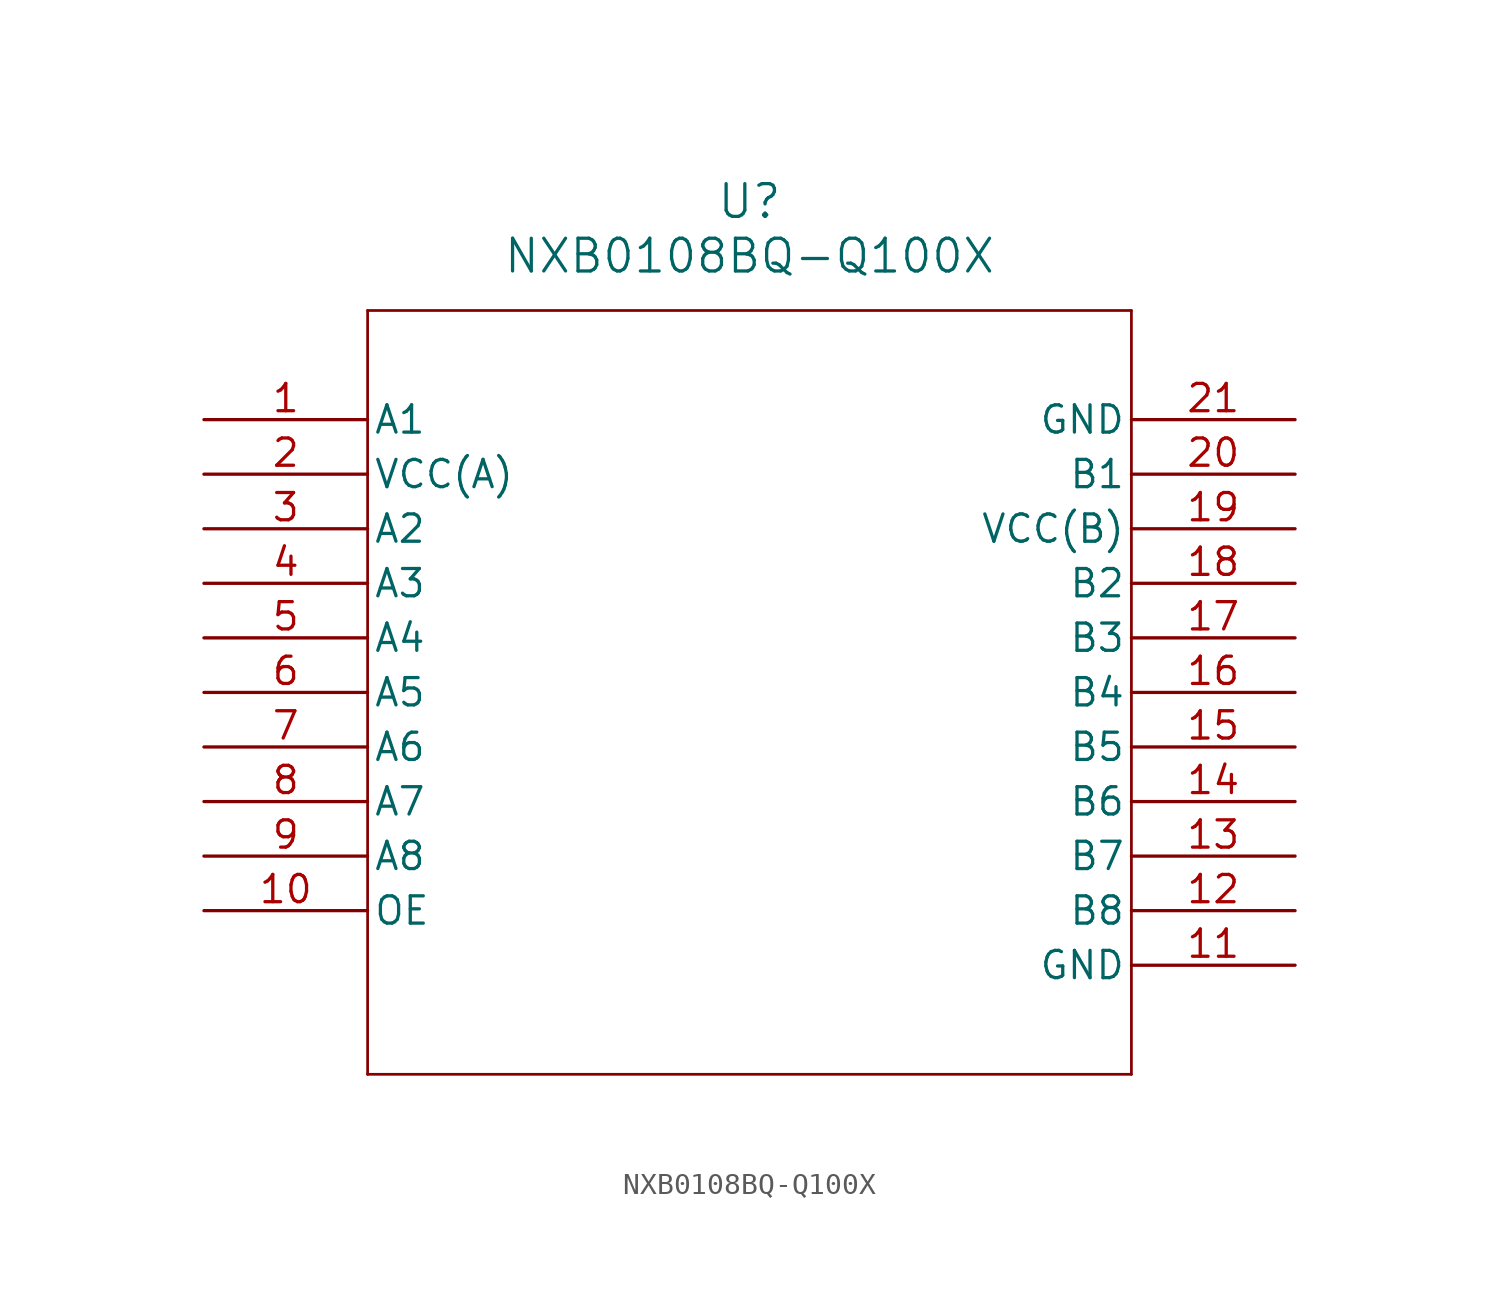
<source format=kicad_sym>
(kicad_symbol_lib
  (version 20220914)
  (generator kicad_symbol_editor)
  (symbol "NXB0108BQ-Q100X"
    (pin_names
      (offset 0.254))
    (property "Reference" "U"
      (at 25.4 10.16 0)
      (effects (font (size 1.524 1.524))))
    (property "Value" "NXB0108BQ-Q100X"
      (at 25.4 7.62 0)
      (effects (font (size 1.524 1.524))))
    (symbol "NXB0108BQ-Q100X_0_1"
      (polyline (pts (xy 7.62 -30.48) (xy 43.18 -30.48)) (stroke (width 0.127) (type default)) (fill (type none)))
      (polyline (pts (xy 7.62 5.08) (xy 7.62 -30.48)) (stroke (width 0.127) (type default)) (fill (type none)))
      (polyline (pts (xy 43.18 -30.48) (xy 43.18 5.08)) (stroke (width 0.127) (type default)) (fill (type none)))
      (polyline (pts (xy 43.18 5.08) (xy 7.62 5.08)) (stroke (width 0.127) (type default)) (fill (type none)))
      (pin bidirectional line (at 0 0 0) (length 7.62) (name "A1" (effects (font (size 1.27 1.27)))) (number "1" (effects (font (size 1.27 1.27)))))
      (pin input line (at 0 -22.86 0) (length 7.62) (name "OE" (effects (font (size 1.27 1.27)))) (number "10" (effects (font (size 1.27 1.27)))))
      (pin power_out line (at 50.8 -25.4 180) (length 7.62) (name "GND" (effects (font (size 1.27 1.27)))) (number "11" (effects (font (size 1.27 1.27)))))
      (pin bidirectional line (at 50.8 -22.86 180) (length 7.62) (name "B8" (effects (font (size 1.27 1.27)))) (number "12" (effects (font (size 1.27 1.27)))))
      (pin bidirectional line (at 50.8 -20.32 180) (length 7.62) (name "B7" (effects (font (size 1.27 1.27)))) (number "13" (effects (font (size 1.27 1.27)))))
      (pin bidirectional line (at 50.8 -17.78 180) (length 7.62) (name "B6" (effects (font (size 1.27 1.27)))) (number "14" (effects (font (size 1.27 1.27)))))
      (pin bidirectional line (at 50.8 -15.24 180) (length 7.62) (name "B5" (effects (font (size 1.27 1.27)))) (number "15" (effects (font (size 1.27 1.27)))))
      (pin bidirectional line (at 50.8 -12.7 180) (length 7.62) (name "B4" (effects (font (size 1.27 1.27)))) (number "16" (effects (font (size 1.27 1.27)))))
      (pin bidirectional line (at 50.8 -10.16 180) (length 7.62) (name "B3" (effects (font (size 1.27 1.27)))) (number "17" (effects (font (size 1.27 1.27)))))
      (pin bidirectional line (at 50.8 -7.62 180) (length 7.62) (name "B2" (effects (font (size 1.27 1.27)))) (number "18" (effects (font (size 1.27 1.27)))))
      (pin power_in line (at 50.8 -5.08 180) (length 7.62) (name "VCC(B)" (effects (font (size 1.27 1.27)))) (number "19" (effects (font (size 1.27 1.27)))))
      (pin power_in line (at 0 -2.54 0) (length 7.62) (name "VCC(A)" (effects (font (size 1.27 1.27)))) (number "2" (effects (font (size 1.27 1.27)))))
      (pin bidirectional line (at 50.8 -2.54 180) (length 7.62) (name "B1" (effects (font (size 1.27 1.27)))) (number "20" (effects (font (size 1.27 1.27)))))
      (pin power_out line (at 50.8 0 180) (length 7.62) (name "GND" (effects (font (size 1.27 1.27)))) (number "21" (effects (font (size 1.27 1.27)))))
      (pin bidirectional line (at 0 -5.08 0) (length 7.62) (name "A2" (effects (font (size 1.27 1.27)))) (number "3" (effects (font (size 1.27 1.27)))))
      (pin bidirectional line (at 0 -7.62 0) (length 7.62) (name "A3" (effects (font (size 1.27 1.27)))) (number "4" (effects (font (size 1.27 1.27)))))
      (pin bidirectional line (at 0 -10.16 0) (length 7.62) (name "A4" (effects (font (size 1.27 1.27)))) (number "5" (effects (font (size 1.27 1.27)))))
      (pin bidirectional line (at 0 -12.7 0) (length 7.62) (name "A5" (effects (font (size 1.27 1.27)))) (number "6" (effects (font (size 1.27 1.27)))))
      (pin bidirectional line (at 0 -15.24 0) (length 7.62) (name "A6" (effects (font (size 1.27 1.27)))) (number "7" (effects (font (size 1.27 1.27)))))
      (pin bidirectional line (at 0 -17.78 0) (length 7.62) (name "A7" (effects (font (size 1.27 1.27)))) (number "8" (effects (font (size 1.27 1.27)))))
      (pin bidirectional line (at 0 -20.32 0) (length 7.62) (name "A8" (effects (font (size 1.27 1.27)))) (number "9" (effects (font (size 1.27 1.27))))))))
</source>
